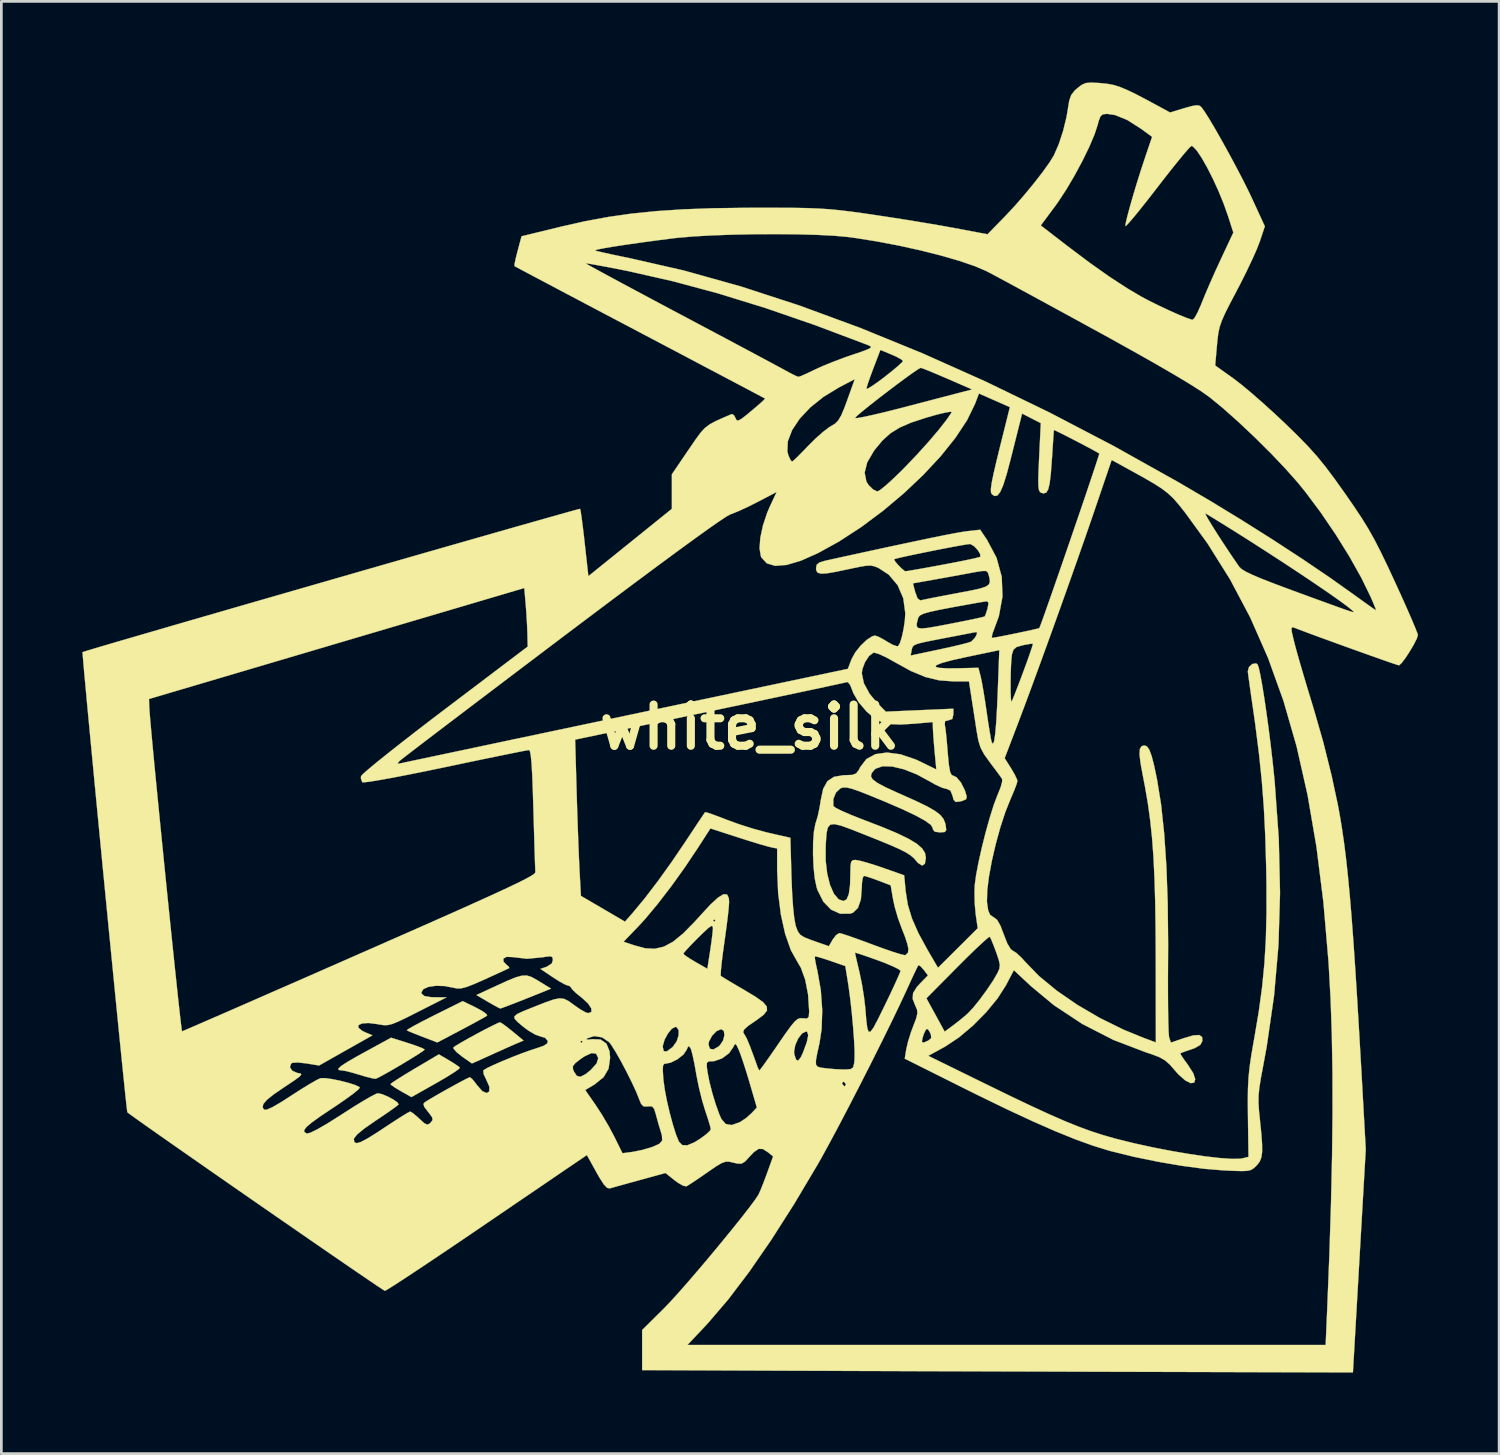
<source format=kicad_pcb>
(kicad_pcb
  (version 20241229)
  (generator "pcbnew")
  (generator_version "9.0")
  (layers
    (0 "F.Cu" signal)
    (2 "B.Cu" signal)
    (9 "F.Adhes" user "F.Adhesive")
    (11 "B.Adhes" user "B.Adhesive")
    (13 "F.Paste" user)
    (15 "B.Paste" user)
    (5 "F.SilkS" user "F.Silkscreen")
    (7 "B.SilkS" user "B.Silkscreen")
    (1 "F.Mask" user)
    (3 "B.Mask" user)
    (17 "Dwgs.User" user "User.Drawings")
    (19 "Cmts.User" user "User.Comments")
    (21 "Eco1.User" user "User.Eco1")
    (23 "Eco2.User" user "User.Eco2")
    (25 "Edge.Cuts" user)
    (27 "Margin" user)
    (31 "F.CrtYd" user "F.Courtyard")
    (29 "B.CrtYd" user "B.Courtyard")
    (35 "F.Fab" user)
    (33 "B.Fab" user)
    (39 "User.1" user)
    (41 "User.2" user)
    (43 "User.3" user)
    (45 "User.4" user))
  (footprint "white_silk"
    (layer "F.Cu")
    (at 24.688 23.853)
    (property "Reference" "white_silk" (at 0 0 0) (layer "F.SilkS") (effects (font (size 1.524 1.524) (thickness 0.3))))
    (attr through_hole)
    (fp_poly (pts (xy -8.066 9.248) (xy -7.868 9.358) (xy -7.794 9.403) (xy -7.351 9.676) (xy -8.269 10.045) (xy -8.632 10.189) (xy -8.935 10.306) (xy -9.145 10.384) (xy -9.229 10.41) (xy -9.319 10.368) (xy -9.509 10.264) (xy -9.692 10.159) (xy -10.112 9.912) (xy -9.379 9.573) (xy -8.953 9.379) (xy -8.645 9.254) (xy -8.418 9.193) (xy -8.237 9.192) (xy -8.066 9.248)) (stroke (width 0.01) (type solid)) (fill yes) (layer "F.SilkS"))
    (fp_poly (pts (xy -11.127 12.327) (xy -10.907 12.463) (xy -10.757 12.568) (xy -10.721 12.602) (xy -10.778 12.662) (xy -10.957 12.786) (xy -11.23 12.956) (xy -11.57 13.154) (xy -11.603 13.173) (xy -12.517 13.688) (xy -12.905 13.469) (xy -13.122 13.339) (xy -13.261 13.241) (xy -13.29 13.208) (xy -13.221 13.151) (xy -13.033 13.027) (xy -12.756 12.854) (xy -12.416 12.649) (xy -12.395 12.637) (xy -11.502 12.108) (xy -11.127 12.327)) (stroke (width 0.01) (type solid)) (fill yes) (layer "F.SilkS"))
    (fp_poly (pts (xy -10.133 10.375) (xy -9.894 10.505) (xy -9.744 10.612) (xy -9.713 10.671) (xy -9.81 10.732) (xy -10.026 10.853) (xy -10.326 11.016) (xy -10.668 11.198) (xy -11.557 11.666) (xy -12.107 11.457) (xy -12.385 11.348) (xy -12.593 11.262) (xy -12.687 11.217) (xy -12.688 11.216) (xy -12.628 11.169) (xy -12.443 11.063) (xy -12.158 10.91) (xy -11.799 10.727) (xy -11.669 10.661) (xy -10.618 10.138) (xy -10.133 10.375)) (stroke (width 0.01) (type solid)) (fill yes) (layer "F.SilkS"))
    (fp_poly (pts (xy -12.646 11.688) (xy -12.352 11.786) (xy -12.133 11.87) (xy -12.03 11.925) (xy -12.026 11.932) (xy -12.096 11.99) (xy -12.278 12.111) (xy -12.54 12.274) (xy -12.846 12.459) (xy -13.162 12.645) (xy -13.454 12.812) (xy -13.686 12.939) (xy -13.826 13.006) (xy -13.843 13.011) (xy -13.963 12.994) (xy -14.191 12.937) (xy -14.436 12.864) (xy -14.728 12.778) (xy -14.971 12.719) (xy -15.092 12.701) (xy -15.206 12.685) (xy -15.217 12.633) (xy -15.114 12.537) (xy -14.886 12.388) (xy -14.522 12.178) (xy -14.255 12.031) (xy -13.27 11.492) (xy -12.646 11.688)) (stroke (width 0.01) (type solid)) (fill yes) (layer "F.SilkS"))
    (fp_poly (pts (xy -9.148 10.972) (xy -8.972 11.102) (xy -8.775 11.259) (xy -8.367 11.596) (xy -8.607 11.697) (xy -8.793 11.778) (xy -9.081 11.906) (xy -9.421 12.059) (xy -9.558 12.122) (xy -9.868 12.263) (xy -10.112 12.372) (xy -10.255 12.434) (xy -10.278 12.442) (xy -10.345 12.396) (xy -10.51 12.281) (xy -10.648 12.183) (xy -10.843 12.027) (xy -10.954 11.901) (xy -10.964 11.853) (xy -10.877 11.79) (xy -10.677 11.67) (xy -10.402 11.514) (xy -10.09 11.344) (xy -9.779 11.179) (xy -9.507 11.041) (xy -9.312 10.948) (xy -9.236 10.922) (xy -9.148 10.972)) (stroke (width 0.01) (type solid)) (fill yes) (layer "F.SilkS"))
    (fp_poly (pts (xy 12.902 -23.834) (xy 12.996 -23.827) (xy 13.239 -23.801) (xy 13.46 -23.759) (xy 13.688 -23.69) (xy 13.954 -23.58) (xy 14.286 -23.42) (xy 14.714 -23.196) (xy 15.122 -22.976) (xy 15.555 -22.741) (xy 16.079 -22.9) (xy 16.372 -22.982) (xy 16.55 -23.01) (xy 16.656 -22.985) (xy 16.712 -22.938) (xy 16.83 -22.776) (xy 17.01 -22.491) (xy 17.234 -22.112) (xy 17.487 -21.666) (xy 17.754 -21.183) (xy 18.018 -20.69) (xy 18.265 -20.216) (xy 18.477 -19.79) (xy 18.579 -19.573) (xy 19.06 -18.53) (xy 18.872 -17.965) (xy 18.766 -17.691) (xy 18.597 -17.311) (xy 18.385 -16.864) (xy 18.149 -16.393) (xy 18.02 -16.147) (xy 17.774 -15.68) (xy 17.596 -15.327) (xy 17.474 -15.054) (xy 17.394 -14.826) (xy 17.343 -14.607) (xy 17.311 -14.364) (xy 17.289 -14.138) (xy 17.223 -13.381) (xy 17.904 -12.895) (xy 18.188 -12.677) (xy 18.558 -12.368) (xy 18.98 -12) (xy 19.42 -11.601) (xy 19.803 -11.242) (xy 20.275 -10.782) (xy 20.66 -10.387) (xy 20.995 -10.014) (xy 21.315 -9.62) (xy 21.656 -9.164) (xy 22.017 -8.657) (xy 22.361 -8.161) (xy 22.644 -7.735) (xy 22.888 -7.339) (xy 23.115 -6.935) (xy 23.346 -6.486) (xy 23.603 -5.953) (xy 23.868 -5.384) (xy 24.107 -4.86) (xy 24.32 -4.384) (xy 24.498 -3.977) (xy 24.63 -3.663) (xy 24.707 -3.464) (xy 24.723 -3.407) (xy 24.68 -3.271) (xy 24.572 -3.056) (xy 24.424 -2.805) (xy 24.267 -2.564) (xy 24.126 -2.377) (xy 24.031 -2.288) (xy 24.021 -2.286) (xy 23.928 -2.314) (xy 23.702 -2.39) (xy 23.37 -2.506) (xy 22.958 -2.652) (xy 22.493 -2.818) (xy 22.001 -2.995) (xy 21.509 -3.174) (xy 21.042 -3.344) (xy 20.628 -3.497) (xy 20.293 -3.623) (xy 20.137 -3.683) (xy 20.07 -3.696) (xy 20.045 -3.647) (xy 20.061 -3.509) (xy 20.12 -3.25) (xy 20.164 -3.076) (xy 20.241 -2.79) (xy 20.358 -2.379) (xy 20.504 -1.88) (xy 20.669 -1.328) (xy 20.842 -0.761) (xy 20.874 -0.655) (xy 21.219 0.544) (xy 21.529 1.789) (xy 21.758 2.858) (xy 21.843 3.318) (xy 21.921 3.798) (xy 21.995 4.311) (xy 22.065 4.871) (xy 22.132 5.49) (xy 22.198 6.182) (xy 22.264 6.96) (xy 22.33 7.838) (xy 22.398 8.827) (xy 22.469 9.941) (xy 22.544 11.194) (xy 22.625 12.599) (xy 22.655 13.123) (xy 22.794 15.621) (xy 22.319 23.876) (xy 14.821 23.855) (xy 13.532 23.852) (xy 12.162 23.848) (xy 10.74 23.843) (xy 9.293 23.839) (xy 7.849 23.834) (xy 6.436 23.83) (xy 5.082 23.825) (xy 3.814 23.821) (xy 2.661 23.816) (xy 1.672 23.813) (xy -3.979 23.79) (xy -3.979 22.86) (xy -2.304 22.86) (xy 21.31 22.86) (xy 21.366 21.569) (xy 21.448 19.521) (xy 21.508 17.628) (xy 21.547 15.879) (xy 21.565 14.26) (xy 21.562 12.76) (xy 21.538 11.365) (xy 21.493 10.064) (xy 21.426 8.844) (xy 21.416 8.686) (xy 21.228 6.484) (xy 20.97 4.428) (xy 20.64 2.505) (xy 20.234 0.707) (xy 19.748 -0.977) (xy 19.179 -2.559) (xy 18.524 -4.048) (xy 17.779 -5.457) (xy 16.941 -6.794) (xy 16.131 -7.91) (xy 16.862 -7.91) (xy 16.869 -7.867) (xy 16.955 -7.708) (xy 17.107 -7.456) (xy 17.309 -7.136) (xy 17.546 -6.771) (xy 17.803 -6.384) (xy 18.065 -6) (xy 18.114 -5.93) (xy 18.198 -5.849) (xy 18.356 -5.752) (xy 18.604 -5.632) (xy 18.958 -5.483) (xy 19.434 -5.298) (xy 20.049 -5.068) (xy 20.284 -4.982) (xy 20.922 -4.748) (xy 21.418 -4.568) (xy 21.788 -4.434) (xy 22.049 -4.341) (xy 22.219 -4.284) (xy 22.313 -4.258) (xy 22.349 -4.256) (xy 22.343 -4.272) (xy 22.313 -4.302) (xy 22.305 -4.31) (xy 22.123 -4.46) (xy 21.815 -4.687) (xy 21.402 -4.977) (xy 20.904 -5.318) (xy 20.338 -5.697) (xy 19.726 -6.101) (xy 19.086 -6.516) (xy 18.438 -6.932) (xy 17.801 -7.333) (xy 17.194 -7.709) (xy 16.862 -7.91) (xy 16.131 -7.91) (xy 16.108 -7.941) (xy 15.878 -8.231) (xy 15.677 -8.461) (xy 15.473 -8.653) (xy 15.236 -8.834) (xy 14.933 -9.026) (xy 14.535 -9.256) (xy 14.168 -9.459) (xy 13.393 -9.885) (xy 12.741 -7.969) (xy 12.474 -7.194) (xy 12.167 -6.317) (xy 11.833 -5.371) (xy 11.483 -4.388) (xy 11.128 -3.401) (xy 10.78 -2.443) (xy 10.452 -1.546) (xy 10.154 -0.743) (xy 9.898 -0.066) (xy 9.888 -0.039) (xy 9.434 1.149) (xy 9.67 1.523) (xy 9.805 1.754) (xy 9.89 1.934) (xy 9.906 1.995) (xy 9.873 2.117) (xy 9.786 2.344) (xy 9.665 2.627) (xy 9.662 2.634) (xy 9.463 3.13) (xy 9.274 3.707) (xy 9.104 4.324) (xy 8.96 4.946) (xy 8.852 5.532) (xy 8.789 6.045) (xy 8.778 6.446) (xy 8.783 6.505) (xy 8.824 6.783) (xy 8.891 6.94) (xy 9.004 7.022) (xy 9.02 7.028) (xy 9.154 7.131) (xy 9.279 7.348) (xy 9.4 7.668) (xy 9.534 8.011) (xy 9.661 8.219) (xy 9.735 8.272) (xy 9.868 8.356) (xy 10.055 8.53) (xy 10.188 8.677) (xy 10.705 9.211) (xy 11.36 9.75) (xy 12.119 10.273) (xy 12.953 10.761) (xy 13.83 11.193) (xy 14.563 11.493) (xy 15.028 11.666) (xy 15.024 8.606) (xy 15.018 7.458) (xy 15.003 6.457) (xy 14.977 5.579) (xy 14.939 4.8) (xy 14.887 4.097) (xy 14.818 3.447) (xy 14.733 2.827) (xy 14.628 2.214) (xy 14.548 1.802) (xy 14.462 1.338) (xy 14.424 1.014) (xy 14.436 0.811) (xy 14.499 0.706) (xy 14.604 0.677) (xy 14.7 0.714) (xy 14.787 0.839) (xy 14.873 1.071) (xy 14.965 1.43) (xy 15.071 1.936) (xy 15.075 1.958) (xy 15.222 2.868) (xy 15.336 3.937) (xy 15.418 5.156) (xy 15.467 6.518) (xy 15.482 8.015) (xy 15.479 8.634) (xy 15.475 9.298) (xy 15.476 9.913) (xy 15.48 10.457) (xy 15.488 10.909) (xy 15.499 11.246) (xy 15.513 11.447) (xy 15.521 11.488) (xy 15.586 11.672) (xy 16.067 11.507) (xy 16.417 11.405) (xy 16.636 11.392) (xy 16.74 11.468) (xy 16.749 11.613) (xy 16.673 11.757) (xy 16.473 11.874) (xy 16.341 11.922) (xy 16.111 11.999) (xy 15.961 12.055) (xy 15.933 12.068) (xy 15.965 12.141) (xy 16.077 12.308) (xy 16.212 12.492) (xy 16.413 12.806) (xy 16.485 13.03) (xy 16.446 13.155) (xy 16.316 13.172) (xy 16.114 13.071) (xy 15.859 12.845) (xy 15.742 12.712) (xy 15.544 12.485) (xy 15.366 12.329) (xy 15.158 12.211) (xy 14.867 12.1) (xy 14.647 12.028) (xy 13.451 11.57) (xy 12.307 10.983) (xy 11.252 10.286) (xy 10.4 9.577) (xy 9.774 8.992) (xy 9.48 9.554) (xy 9.17 10.039) (xy 8.749 10.55) (xy 8.259 11.045) (xy 7.742 11.481) (xy 7.242 11.813) (xy 7.22 11.826) (xy 6.607 12.162) (xy 8.786 13.231) (xy 9.675 13.664) (xy 10.436 14.026) (xy 11.089 14.327) (xy 11.657 14.575) (xy 12.161 14.779) (xy 12.621 14.948) (xy 13.059 15.09) (xy 13.496 15.216) (xy 13.588 15.24) (xy 14.232 15.399) (xy 14.908 15.547) (xy 15.589 15.679) (xy 16.248 15.792) (xy 16.859 15.882) (xy 17.397 15.944) (xy 17.835 15.974) (xy 18.146 15.969) (xy 18.238 15.954) (xy 18.456 15.899) (xy 18.435 14.406) (xy 18.43 13.829) (xy 18.436 13.366) (xy 18.457 12.965) (xy 18.497 12.571) (xy 18.561 12.132) (xy 18.654 11.594) (xy 18.683 11.43) (xy 18.84 10.497) (xy 18.959 9.616) (xy 19.044 8.746) (xy 19.098 7.848) (xy 19.122 6.883) (xy 19.12 5.811) (xy 19.11 5.175) (xy 19.076 4.027) (xy 19.024 2.985) (xy 18.948 1.99) (xy 18.843 0.982) (xy 18.706 -0.1) (xy 18.618 -0.72) (xy 18.554 -1.16) (xy 18.499 -1.55) (xy 18.457 -1.854) (xy 18.433 -2.036) (xy 18.43 -2.062) (xy 18.473 -2.221) (xy 18.594 -2.335) (xy 18.733 -2.359) (xy 18.788 -2.326) (xy 18.832 -2.21) (xy 18.89 -1.95) (xy 18.96 -1.57) (xy 19.037 -1.093) (xy 19.118 -0.544) (xy 19.2 0.053) (xy 19.278 0.674) (xy 19.35 1.296) (xy 19.412 1.893) (xy 19.425 2.032) (xy 19.576 4.136) (xy 19.622 6.136) (xy 19.565 8.061) (xy 19.401 9.941) (xy 19.131 11.808) (xy 19.005 12.495) (xy 18.915 12.975) (xy 18.857 13.338) (xy 18.828 13.632) (xy 18.825 13.907) (xy 18.845 14.211) (xy 18.874 14.488) (xy 18.929 15.028) (xy 18.958 15.428) (xy 18.96 15.717) (xy 18.931 15.922) (xy 18.871 16.073) (xy 18.777 16.197) (xy 18.745 16.23) (xy 18.646 16.323) (xy 18.548 16.384) (xy 18.416 16.417) (xy 18.216 16.426) (xy 17.911 16.418) (xy 17.539 16.401) (xy 16.813 16.341) (xy 15.98 16.23) (xy 15.093 16.078) (xy 14.203 15.895) (xy 13.364 15.688) (xy 13.28 15.665) (xy 12.704 15.487) (xy 12.053 15.252) (xy 11.314 14.953) (xy 10.476 14.585) (xy 9.525 14.143) (xy 8.448 13.62) (xy 7.866 13.331) (xy 5.737 12.266) (xy 5.794 11.915) (xy 5.857 11.644) (xy 6.37 11.644) (xy 6.437 11.673) (xy 6.607 11.598) (xy 6.714 11.51) (xy 6.706 11.383) (xy 6.671 11.297) (xy 6.592 11.171) (xy 6.522 11.185) (xy 6.444 11.349) (xy 6.397 11.493) (xy 6.37 11.644) (xy 5.857 11.644) (xy 5.858 11.64) (xy 5.964 11.299) (xy 6.053 11.06) (xy 6.161 10.777) (xy 6.205 10.592) (xy 6.192 10.453) (xy 6.134 10.32) (xy 6.031 10.057) (xy 6.032 10.033) (xy 6.539 10.033) (xy 6.877 10.65) (xy 7.214 11.267) (xy 7.523 11.039) (xy 7.781 10.839) (xy 8.029 10.631) (xy 8.073 10.591) (xy 8.272 10.379) (xy 8.519 10.072) (xy 8.776 9.72) (xy 9.007 9.377) (xy 9.17 9.095) (xy 9.238 8.941) (xy 9.255 8.8) (xy 9.217 8.616) (xy 9.122 8.334) (xy 9.115 8.317) (xy 9.012 8.044) (xy 8.928 7.84) (xy 8.883 7.755) (xy 8.813 7.798) (xy 8.644 7.945) (xy 8.394 8.178) (xy 8.082 8.48) (xy 7.728 8.833) (xy 7.689 8.872) (xy 6.539 10.033) (xy 6.032 10.033) (xy 6.045 9.84) (xy 6.186 9.614) (xy 6.303 9.486) (xy 6.596 9.186) (xy 6.436 8.976) (xy 6.316 8.842) (xy 6.243 8.805) (xy 6.241 8.807) (xy 6.194 8.896) (xy 6.092 9.107) (xy 5.952 9.408) (xy 5.802 9.737) (xy 5.55 10.277) (xy 5.238 10.925) (xy 4.882 11.65) (xy 4.496 12.421) (xy 4.096 13.208) (xy 3.698 13.981) (xy 3.317 14.71) (xy 2.968 15.364) (xy 2.667 15.913) (xy 2.521 16.171) (xy 1.645 17.644) (xy 0.799 18.97) (xy -0.013 20.146) (xy -0.788 21.168) (xy -1.525 22.03) (xy -1.651 22.167) (xy -2.304 22.86) (xy -3.979 22.86) (xy -3.979 22.306) (xy -3.168 21.504) (xy -2.93 21.255) (xy -2.622 20.915) (xy -2.262 20.505) (xy -1.869 20.047) (xy -1.459 19.562) (xy -1.052 19.071) (xy -0.665 18.598) (xy -0.316 18.163) (xy -0.024 17.788) (xy 0.195 17.494) (xy 0.321 17.305) (xy 0.327 17.293) (xy 0.402 17.129) (xy 0.51 16.859) (xy 0.63 16.539) (xy 0.644 16.5) (xy 0.867 15.884) (xy 0.678 15.731) (xy 0.49 15.61) (xy 0.33 15.604) (xy 0.155 15.724) (xy -0.002 15.89) (xy -0.174 16.074) (xy -0.304 16.152) (xy -0.457 16.149) (xy -0.602 16.114) (xy -0.761 16.078) (xy -0.895 16.079) (xy -1.044 16.133) (xy -1.247 16.254) (xy -1.543 16.457) (xy -1.586 16.488) (xy -1.883 16.693) (xy -2.134 16.861) (xy -2.302 16.968) (xy -2.345 16.991) (xy -2.465 16.966) (xy -2.657 16.856) (xy -2.78 16.765) (xy -3.114 16.497) (xy -4.076 16.761) (xy -4.468 16.869) (xy -4.808 16.963) (xy -5.059 17.033) (xy -5.178 17.067) (xy -5.275 17.046) (xy -5.398 16.918) (xy -5.562 16.662) (xy -5.671 16.471) (xy -6.023 15.833) (xy -6.377 16.073) (xy -6.518 16.169) (xy -6.784 16.349) (xy -7.158 16.604) (xy -7.625 16.923) (xy -8.171 17.294) (xy -8.778 17.707) (xy -9.432 18.153) (xy -10.066 18.585) (xy -10.738 19.041) (xy -11.368 19.466) (xy -11.943 19.852) (xy -12.449 20.188) (xy -12.871 20.466) (xy -13.196 20.676) (xy -13.41 20.81) (xy -13.497 20.856) (xy -13.497 20.856) (xy -13.575 20.809) (xy -13.778 20.675) (xy -14.091 20.463) (xy -14.502 20.183) (xy -14.997 19.844) (xy -15.561 19.456) (xy -16.181 19.029) (xy -16.843 18.571) (xy -17.534 18.094) (xy -18.238 17.606) (xy -18.943 17.117) (xy -19.635 16.636) (xy -20.3 16.173) (xy -20.923 15.738) (xy -21.492 15.341) (xy -21.992 14.99) (xy -22.41 14.696) (xy -22.731 14.467) (xy -22.943 14.315) (xy -23.026 14.251) (xy -23.038 14.165) (xy -23.049 14.069) (xy -18.021 14.069) (xy -17.969 14.154) (xy -17.868 14.155) (xy -17.655 14.06) (xy -17.323 13.867) (xy -16.967 13.637) (xy -16.607 13.405) (xy -16.284 13.207) (xy -16.032 13.062) (xy -15.882 12.991) (xy -15.874 12.989) (xy -15.711 12.986) (xy -15.455 13.022) (xy -15.154 13.083) (xy -14.854 13.16) (xy -14.603 13.24) (xy -14.45 13.311) (xy -14.425 13.339) (xy -14.484 13.411) (xy -14.661 13.557) (xy -14.933 13.756) (xy -15.273 13.991) (xy -15.433 14.097) (xy -15.881 14.397) (xy -16.197 14.624) (xy -16.393 14.788) (xy -16.482 14.904) (xy -16.476 14.983) (xy -16.39 15.037) (xy -16.264 15.011) (xy -16.012 14.889) (xy -15.647 14.679) (xy -15.179 14.385) (xy -15.075 14.318) (xy -14.673 14.06) (xy -14.313 13.839) (xy -14.021 13.67) (xy -13.825 13.569) (xy -13.759 13.547) (xy -13.6 13.581) (xy -13.392 13.668) (xy -13.187 13.777) (xy -13.036 13.883) (xy -12.989 13.958) (xy -12.99 13.96) (xy -13.074 14.031) (xy -13.27 14.173) (xy -13.547 14.365) (xy -13.84 14.561) (xy -14.258 14.851) (xy -14.524 15.07) (xy -14.641 15.22) (xy -14.647 15.251) (xy -14.624 15.359) (xy -14.543 15.394) (xy -14.387 15.35) (xy -14.14 15.22) (xy -13.785 14.998) (xy -13.51 14.817) (xy -13.169 14.592) (xy -12.879 14.406) (xy -12.667 14.277) (xy -12.564 14.224) (xy -12.561 14.224) (xy -12.467 14.278) (xy -12.302 14.415) (xy -12.216 14.495) (xy -12.039 14.656) (xy -11.929 14.708) (xy -11.839 14.668) (xy -11.805 14.635) (xy -11.733 14.538) (xy -11.75 14.435) (xy -11.867 14.273) (xy -11.904 14.229) (xy -12.042 14.046) (xy -12.071 13.94) (xy -12.015 13.876) (xy -11.833 13.763) (xy -11.571 13.61) (xy -11.267 13.437) (xy -10.956 13.265) (xy -10.676 13.113) (xy -10.463 13.003) (xy -10.356 12.955) (xy -10.352 12.955) (xy -10.268 13.019) (xy -10.137 13.179) (xy -10.086 13.251) (xy -9.89 13.47) (xy -9.729 13.54) (xy -9.634 13.478) (xy -9.634 13.427) (xy -6.086 13.427) (xy -5.705 13.974) (xy -5.467 14.34) (xy -5.216 14.766) (xy -5.015 15.143) (xy -4.707 15.766) (xy -4.322 15.714) (xy -3.982 15.646) (xy -3.636 15.545) (xy -3.577 15.524) (xy -3.338 15.415) (xy -3.237 15.294) (xy -3.247 15.106) (xy -3.298 14.935) (xy -3.373 14.688) (xy -3.454 14.394) (xy -3.467 14.342) (xy -3.535 14.123) (xy -3.614 14.033) (xy -3.743 14.029) (xy -3.769 14.034) (xy -3.922 14.036) (xy -4.018 13.94) (xy -4.08 13.79) (xy -4.194 13.504) (xy -4.361 13.143) (xy -4.558 12.748) (xy -4.595 12.678) (xy -3.216 12.678) (xy -3.199 12.953) (xy -3.19 13.062) (xy -3.143 13.41) (xy -3.061 13.836) (xy -2.955 14.29) (xy -2.837 14.724) (xy -2.721 15.089) (xy -2.619 15.335) (xy -2.495 15.464) (xy -2.31 15.473) (xy -2.044 15.361) (xy -1.835 15.232) (xy -1.618 15.073) (xy -1.474 14.939) (xy -1.439 14.879) (xy -1.465 14.759) (xy -1.534 14.526) (xy -1.632 14.228) (xy -1.648 14.182) (xy -1.762 13.802) (xy -1.876 13.341) (xy -1.968 12.887) (xy -1.983 12.799) (xy -2.025 12.561) (xy -1.588 12.561) (xy -1.56 12.764) (xy -1.49 13.123) (xy -1.382 13.545) (xy -1.253 13.967) (xy -1.124 14.327) (xy -1.047 14.499) (xy -0.887 14.684) (xy -0.664 14.723) (xy -0.363 14.617) (xy -0.356 14.613) (xy -0.128 14.461) (xy 0.069 14.284) (xy 0.265 14.075) (xy 0.007 13.19) (xy 0.003 13.175) (xy 3.416 13.175) (xy 3.429 13.208) (xy 3.505 13.289) (xy 3.519 13.293) (xy 3.555 13.227) (xy 3.556 13.208) (xy 3.491 13.127) (xy 3.466 13.123) (xy 3.416 13.175) (xy 0.003 13.175) (xy -0.114 12.787) (xy -0.235 12.408) (xy -0.339 12.106) (xy -0.39 11.974) (xy -0.48 11.776) (xy -0.535 11.718) (xy -0.582 11.783) (xy -0.596 11.82) (xy -0.76 12.061) (xy -1.021 12.256) (xy -1.306 12.357) (xy -1.371 12.361) (xy -1.519 12.369) (xy -1.584 12.421) (xy -1.588 12.561) (xy -2.025 12.561) (xy -2.047 12.441) (xy -2.112 12.136) (xy -2.167 11.93) (xy -2.187 11.882) (xy -2.252 11.797) (xy -2.301 11.858) (xy -2.326 11.93) (xy -2.451 12.114) (xy -2.674 12.291) (xy -2.925 12.415) (xy -3.082 12.446) (xy -3.163 12.46) (xy -3.206 12.525) (xy -3.216 12.678) (xy -4.595 12.678) (xy -4.764 12.358) (xy -4.959 12.016) (xy -5.075 11.832) (xy -3.217 11.832) (xy -3.18 11.99) (xy -3.066 11.998) (xy -2.875 11.857) (xy -2.832 11.815) (xy -2.782 11.742) (xy -1.524 11.742) (xy -1.474 11.9) (xy -1.343 11.927) (xy -1.157 11.821) (xy -1.101 11.769) (xy -0.983 11.591) (xy -0.934 11.396) (xy -0.957 11.239) (xy -1.055 11.176) (xy -1.226 11.247) (xy -1.393 11.419) (xy -1.505 11.63) (xy -1.524 11.742) (xy -2.782 11.742) (xy -2.7 11.624) (xy -2.63 11.408) (xy -2.627 11.218) (xy -2.699 11.104) (xy -2.753 11.091) (xy -2.884 11.163) (xy -3.029 11.341) (xy -3.15 11.568) (xy -3.214 11.788) (xy -3.217 11.832) (xy -5.075 11.832) (xy -5.12 11.76) (xy -5.199 11.658) (xy -5.459 11.479) (xy -5.755 11.431) (xy -6.011 11.514) (xy -6.045 11.56) (xy -5.924 11.558) (xy -5.83 11.545) (xy -5.518 11.558) (xy -5.302 11.708) (xy -5.185 11.993) (xy -5.165 12.237) (xy -5.221 12.636) (xy -5.404 12.95) (xy -5.733 13.216) (xy -5.763 13.235) (xy -6.086 13.427) (xy -9.634 13.427) (xy -9.632 13.302) (xy -9.749 13.038) (xy -9.841 12.845) (xy -9.858 12.711) (xy -9.848 12.694) (xy -9.726 12.62) (xy -9.567 12.543) (xy -6.541 12.543) (xy -6.539 12.655) (xy -6.504 12.742) (xy -6.397 12.903) (xy -6.263 12.937) (xy -6.072 12.841) (xy -5.883 12.687) (xy -5.665 12.447) (xy -5.604 12.249) (xy -5.605 12.244) (xy -5.682 12.082) (xy -5.849 12.06) (xy -6.108 12.179) (xy -6.247 12.273) (xy -6.452 12.431) (xy -6.541 12.543) (xy -9.567 12.543) (xy -9.484 12.504) (xy -9.162 12.363) (xy -8.799 12.213) (xy -8.434 12.071) (xy -8.106 11.953) (xy -7.905 11.889) (xy -7.627 11.793) (xy -7.491 11.704) (xy -7.475 11.642) (xy -6.265 11.642) (xy -6.223 11.684) (xy -6.181 11.642) (xy -6.223 11.599) (xy -6.265 11.642) (xy -7.475 11.642) (xy -7.468 11.613) (xy -7.568 11.496) (xy -7.741 11.444) (xy -7.936 11.375) (xy -8.192 11.225) (xy -8.4 11.068) (xy -8.591 10.906) (xy -8.697 10.791) (xy -8.705 10.701) (xy -8.6 10.613) (xy -8.369 10.506) (xy -7.997 10.357) (xy -7.948 10.337) (xy -7.534 10.175) (xy -7.241 10.074) (xy -7.03 10.034) (xy -6.866 10.054) (xy -6.709 10.131) (xy -6.524 10.264) (xy -6.5 10.282) (xy -6.264 10.446) (xy -6.066 10.555) (xy -5.974 10.583) (xy -5.856 10.536) (xy -5.859 10.41) (xy -5.974 10.233) (xy -6.187 10.032) (xy -6.226 10.002) (xy -6.433 9.833) (xy -6.571 9.698) (xy -6.604 9.642) (xy -6.671 9.573) (xy -6.711 9.567) (xy -6.832 9.523) (xy -7.044 9.406) (xy -7.28 9.256) (xy -7.742 8.945) (xy -7.512 8.868) (xy -7.323 8.746) (xy -7.281 8.618) (xy -7.298 8.513) (xy -7.376 8.478) (xy -7.562 8.499) (xy -7.641 8.513) (xy -8.234 8.571) (xy -8.774 8.508) (xy -8.995 8.499) (xy -9.114 8.566) (xy -9.107 8.682) (xy -9.015 8.775) (xy -8.908 8.872) (xy -8.896 8.914) (xy -8.983 8.957) (xy -9.192 9.054) (xy -9.491 9.191) (xy -9.8 9.332) (xy -10.193 9.505) (xy -10.471 9.613) (xy -10.667 9.665) (xy -10.819 9.671) (xy -10.943 9.646) (xy -11.284 9.58) (xy -11.61 9.57) (xy -11.885 9.61) (xy -12.076 9.694) (xy -12.147 9.815) (xy -12.137 9.865) (xy -12.033 9.95) (xy -11.792 9.991) (xy -11.654 9.995) (xy -11.218 9.999) (xy -12.279 10.537) (xy -12.7 10.749) (xy -13.003 10.894) (xy -13.22 10.982) (xy -13.385 11.023) (xy -13.531 11.028) (xy -13.69 11.005) (xy -13.779 10.988) (xy -14.108 10.947) (xy -14.345 10.964) (xy -14.475 11.026) (xy -14.478 11.121) (xy -14.337 11.236) (xy -14.218 11.294) (xy -13.957 11.403) (xy -14.945 11.961) (xy -15.932 12.519) (xy -16.409 12.442) (xy -16.714 12.408) (xy -16.914 12.419) (xy -16.963 12.442) (xy -17.012 12.58) (xy -16.928 12.712) (xy -16.742 12.794) (xy -16.706 12.8) (xy -16.612 12.819) (xy -16.593 12.86) (xy -16.667 12.94) (xy -16.85 13.073) (xy -17.157 13.278) (xy -17.211 13.314) (xy -17.605 13.583) (xy -17.863 13.789) (xy -17.997 13.946) (xy -18.021 14.069) (xy -23.049 14.069) (xy -23.066 13.924) (xy -23.107 13.542) (xy -23.159 13.032) (xy -23.223 12.409) (xy -23.296 11.686) (xy -23.377 10.877) (xy -23.464 9.995) (xy -23.557 9.055) (xy -23.654 8.07) (xy -23.754 7.054) (xy -23.855 6.02) (xy -23.956 4.983) (xy -24.055 3.955) (xy -24.152 2.951) (xy -24.245 1.985) (xy -24.332 1.07) (xy -24.413 0.22) (xy -24.486 -0.551) (xy -24.532 -1.041) (xy -22.225 -1.041) (xy -22.217 -0.754) (xy -22.206 -0.584) (xy -22.18 -0.272) (xy -22.141 0.167) (xy -22.09 0.717) (xy -22.029 1.36) (xy -21.959 2.082) (xy -21.882 2.865) (xy -21.8 3.694) (xy -21.714 4.552) (xy -21.627 5.423) (xy -21.539 6.29) (xy -21.452 7.137) (xy -21.368 7.949) (xy -21.289 8.708) (xy -21.216 9.399) (xy -21.152 10.005) (xy -21.096 10.51) (xy -21.052 10.897) (xy -21.021 11.151) (xy -21.004 11.255) (xy -21.003 11.256) (xy -20.92 11.222) (xy -20.693 11.125) (xy -20.335 10.97) (xy -19.855 10.761) (xy -19.266 10.505) (xy -18.58 10.205) (xy -17.807 9.866) (xy -16.958 9.495) (xy -16.047 9.095) (xy -15.083 8.672) (xy -14.436 8.387) (xy -14.427 8.383) (xy -2.455 8.383) (xy -2.388 8.448) (xy -2.213 8.566) (xy -2.011 8.687) (xy -1.566 8.941) (xy -1.467 8.302) (xy -1.417 7.961) (xy -1.38 7.662) (xy -1.361 7.465) (xy -1.361 7.453) (xy -1.37 7.367) (xy -1.418 7.355) (xy -1.527 7.43) (xy -1.717 7.605) (xy -1.905 7.789) (xy -2.147 8.034) (xy -2.334 8.233) (xy -2.441 8.358) (xy -2.455 8.383) (xy -14.427 8.383) (xy -13.417 7.94) (xy -4.666 7.94) (xy -4.265 8.076) (xy -3.869 8.182) (xy -3.514 8.201) (xy -3.177 8.123) (xy -2.833 7.938) (xy -2.461 7.634) (xy -2.035 7.201) (xy -1.992 7.154) (xy -1.355 7.154) (xy -1.312 7.197) (xy -1.27 7.154) (xy -1.312 7.112) (xy -1.355 7.154) (xy -1.992 7.154) (xy -1.82 6.963) (xy -1.452 6.564) (xy -1.169 6.305) (xy -0.966 6.182) (xy -0.835 6.193) (xy -0.771 6.334) (xy -0.762 6.47) (xy -0.774 6.659) (xy -0.807 6.975) (xy -0.857 7.379) (xy -0.919 7.83) (xy -0.937 7.96) (xy -0.997 8.391) (xy -1.042 8.76) (xy -1.068 9.035) (xy -1.073 9.186) (xy -1.069 9.204) (xy -0.982 9.262) (xy -0.779 9.385) (xy -0.493 9.555) (xy -0.195 9.729) (xy 0.223 9.981) (xy 0.497 10.177) (xy 0.633 10.339) (xy 0.64 10.486) (xy 0.523 10.638) (xy 0.291 10.815) (xy 0.216 10.866) (xy -0.056 11.054) (xy -0.202 11.184) (xy -0.243 11.281) (xy -0.197 11.373) (xy -0.18 11.392) (xy -0.106 11.526) (xy 0.013 11.813) (xy 0.173 12.245) (xy 0.297 12.594) (xy 0.349 12.692) (xy 0.362 12.7) (xy 0.418 12.634) (xy 0.55 12.453) (xy 0.742 12.182) (xy 0.862 12.009) (xy 1.642 12.009) (xy 1.651 12.107) (xy 1.716 12.304) (xy 1.793 12.34) (xy 1.892 12.214) (xy 1.971 12.044) (xy 2.113 11.659) (xy 2.166 11.4) (xy 2.126 11.273) (xy 2.083 11.261) (xy 1.935 11.335) (xy 1.793 11.522) (xy 1.686 11.765) (xy 1.642 12.009) (xy 0.862 12.009) (xy 0.975 11.846) (xy 1.061 11.719) (xy 1.33 11.33) (xy 1.526 11.061) (xy 1.668 10.891) (xy 1.777 10.801) (xy 1.872 10.769) (xy 1.966 10.773) (xy 2.122 10.782) (xy 2.187 10.714) (xy 2.2 10.525) (xy 2.2 10.505) (xy 2.16 9.892) (xy 2.054 9.343) (xy 1.891 8.897) (xy 1.777 8.706) (xy 1.653 8.484) (xy 2.41 8.484) (xy 2.414 8.573) (xy 2.451 8.78) (xy 2.505 9.018) (xy 2.631 9.733) (xy 2.684 10.474) (xy 2.661 11.177) (xy 2.584 11.684) (xy 2.497 12.076) (xy 2.45 12.333) (xy 2.452 12.485) (xy 2.512 12.564) (xy 2.637 12.6) (xy 2.836 12.625) (xy 2.836 12.625) (xy 3.156 12.655) (xy 3.462 12.668) (xy 3.556 12.667) (xy 3.739 12.652) (xy 3.829 12.588) (xy 3.867 12.431) (xy 3.88 12.277) (xy 3.882 12.006) (xy 3.864 11.609) (xy 3.829 11.129) (xy 3.781 10.606) (xy 3.724 10.083) (xy 3.66 9.601) (xy 3.628 9.394) (xy 3.537 8.84) (xy 2.987 8.649) (xy 2.71 8.557) (xy 2.503 8.497) (xy 2.411 8.483) (xy 2.41 8.484) (xy 1.653 8.484) (xy 1.577 8.346) (xy 3.895 8.346) (xy 3.913 8.434) (xy 3.962 8.647) (xy 4.032 8.946) (xy 4.062 9.072) (xy 4.152 9.506) (xy 4.229 9.981) (xy 4.278 10.396) (xy 4.279 10.411) (xy 4.313 10.837) (xy 4.349 11.123) (xy 4.396 11.268) (xy 4.468 11.27) (xy 4.577 11.126) (xy 4.733 10.834) (xy 4.95 10.393) (xy 5.002 10.287) (xy 5.201 9.874) (xy 5.37 9.512) (xy 5.497 9.23) (xy 5.57 9.057) (xy 5.582 9.017) (xy 5.509 8.955) (xy 5.308 8.855) (xy 5.013 8.73) (xy 4.74 8.627) (xy 4.395 8.505) (xy 4.118 8.41) (xy 3.942 8.355) (xy 3.895 8.346) (xy 1.577 8.346) (xy 1.521 8.246) (xy 1.312 7.648) (xy 1.154 6.938) (xy 1.053 6.142) (xy 1.016 5.287) (xy 1.016 5.245) (xy 1.016 4.491) (xy 0.783 4.444) (xy 0.613 4.4) (xy 0.324 4.316) (xy -0.046 4.202) (xy -0.451 4.073) (xy -1.453 3.748) (xy -1.923 4.477) (xy -2.404 5.195) (xy -2.904 5.892) (xy -3.397 6.533) (xy -3.856 7.084) (xy -4.125 7.378) (xy -4.666 7.94) (xy -13.417 7.94) (xy -13.253 7.867) (xy -12.216 7.41) (xy -11.317 7.012) (xy -10.546 6.668) (xy -9.896 6.375) (xy -9.356 6.129) (xy -8.918 5.925) (xy -8.573 5.76) (xy -8.312 5.629) (xy -8.126 5.527) (xy -8.006 5.452) (xy -7.944 5.398) (xy -7.93 5.365) (xy -7.935 5.24) (xy -7.945 4.97) (xy -7.958 4.58) (xy -7.972 4.094) (xy -7.988 3.537) (xy -8.003 3.027) (xy -8.025 2.313) (xy -8.047 1.756) (xy -8.071 1.344) (xy -8.098 1.063) (xy -8.128 0.902) (xy -8.162 0.847) (xy -8.164 0.847) (xy -8.268 0.864) (xy -8.518 0.912) (xy -8.895 0.988) (xy -9.38 1.087) (xy -9.954 1.205) (xy -10.596 1.339) (xy -11.264 1.48) (xy -11.988 1.63) (xy -12.645 1.762) (xy -13.219 1.873) (xy -13.692 1.958) (xy -14.047 2.016) (xy -14.267 2.043) (xy -14.335 2.039) (xy -14.385 1.901) (xy -14.38 1.815) (xy -14.308 1.735) (xy -14.115 1.564) (xy -13.848 1.343) (xy -13.032 1.343) (xy -12.969 1.35) (xy -12.912 1.338) (xy -12.806 1.315) (xy -12.547 1.26) (xy -12.145 1.175) (xy -11.611 1.062) (xy -10.958 0.924) (xy -10.197 0.763) (xy -9.338 0.581) (xy -8.78 0.463) (xy -6.458 0.463) (xy -6.403 2.412) (xy -6.384 3.04) (xy -6.362 3.676) (xy -6.34 4.279) (xy -6.319 4.807) (xy -6.3 5.218) (xy -6.296 5.302) (xy -6.244 6.244) (xy -4.614 7.197) (xy -4.334 6.879) (xy -3.89 6.344) (xy -3.391 5.691) (xy -2.861 4.951) (xy -2.375 4.233) (xy -2.129 3.862) (xy -1.918 3.543) (xy -1.757 3.304) (xy -1.665 3.168) (xy -1.65 3.147) (xy -1.565 3.164) (xy -1.359 3.234) (xy -1.066 3.343) (xy -0.854 3.426) (xy -0.395 3.593) (xy 0.128 3.759) (xy 0.618 3.892) (xy 0.71 3.914) (xy 1.505 4.095) (xy 1.546 5.54) (xy 1.57 6.144) (xy 1.605 6.66) (xy 1.648 7.063) (xy 1.697 7.327) (xy 1.704 7.352) (xy 1.776 7.549) (xy 1.867 7.679) (xy 2.02 7.776) (xy 2.279 7.878) (xy 2.375 7.912) (xy 2.93 8.106) (xy 3.07 7.863) (xy 3.196 7.696) (xy 3.313 7.622) (xy 3.319 7.621) (xy 3.435 7.65) (xy 3.677 7.73) (xy 4.012 7.848) (xy 4.408 7.994) (xy 4.53 8.04) (xy 4.939 8.19) (xy 5.299 8.314) (xy 5.576 8.4) (xy 5.737 8.438) (xy 5.757 8.438) (xy 5.856 8.348) (xy 5.873 8.21) (xy 5.835 8.027) (xy 5.745 7.751) (xy 5.629 7.454) (xy 5.489 7.073) (xy 5.368 6.657) (xy 5.307 6.38) (xy 5.217 5.853) (xy 4.76 5.678) (xy 4.499 5.583) (xy 4.301 5.52) (xy 4.226 5.503) (xy 4.181 5.579) (xy 4.153 5.773) (xy 4.149 5.914) (xy 4.114 6.375) (xy 4.006 6.689) (xy 3.822 6.866) (xy 3.721 6.901) (xy 3.347 6.904) (xy 3.01 6.752) (xy 2.726 6.459) (xy 2.513 6.038) (xy 2.477 5.929) (xy 2.408 5.599) (xy 2.363 5.177) (xy 2.353 4.937) (xy 2.811 4.937) (xy 2.868 5.423) (xy 2.973 5.843) (xy 3.118 6.168) (xy 3.294 6.374) (xy 3.467 6.435) (xy 3.587 6.373) (xy 3.668 6.179) (xy 3.713 5.842) (xy 3.725 5.408) (xy 3.731 5.13) (xy 3.757 4.981) (xy 3.82 4.922) (xy 3.916 4.914) (xy 4.075 4.942) (xy 4.348 5.017) (xy 4.691 5.124) (xy 4.911 5.199) (xy 5.715 5.482) (xy 5.77 6.064) (xy 5.85 6.57) (xy 6.002 7.076) (xy 6.243 7.624) (xy 6.58 8.241) (xy 6.967 8.904) (xy 7.702 8.173) (xy 8.437 7.441) (xy 8.361 6.917) (xy 8.326 6.526) (xy 8.318 6.09) (xy 8.328 5.842) (xy 8.377 5.472) (xy 8.469 4.992) (xy 8.591 4.448) (xy 8.733 3.884) (xy 8.884 3.345) (xy 9.031 2.877) (xy 9.163 2.526) (xy 9.179 2.49) (xy 9.285 2.225) (xy 9.341 2.014) (xy 9.339 1.917) (xy 9.262 1.806) (xy 9.112 1.602) (xy 8.919 1.346) (xy 8.888 1.304) (xy 8.677 1.01) (xy 8.544 0.764) (xy 8.46 0.493) (xy 8.394 0.125) (xy 8.393 0.119) (xy 8.329 -0.303) (xy 8.259 -0.755) (xy 8.202 -1.122) (xy 8.113 -1.693) (xy 7.526 -1.693) (xy 7.009 -1.731) (xy 6.504 -1.853) (xy 5.97 -2.074) (xy 5.681 -2.233) (xy 6.874 -2.233) (xy 7.007 -2.193) (xy 7.307 -2.175) (xy 7.706 -2.178) (xy 8.462 -2.195) (xy 8.544 -1.881) (xy 8.589 -1.669) (xy 8.647 -1.338) (xy 8.712 -0.937) (xy 8.762 -0.593) (xy 8.821 -0.19) (xy 8.878 0.164) (xy 8.924 0.427) (xy 8.952 0.55) (xy 8.999 0.623) (xy 9.042 0.528) (xy 9.083 0.266) (xy 9.12 -0.164) (xy 9.155 -0.762) (xy 9.18 -1.361) (xy 9.189 -1.601) (xy 9.653 -1.601) (xy 9.654 -1.3) (xy 9.663 -1.069) (xy 9.678 -0.947) (xy 9.688 -0.939) (xy 9.73 -1.028) (xy 9.818 -1.245) (xy 9.94 -1.559) (xy 10.084 -1.941) (xy 10.114 -2.023) (xy 10.257 -2.412) (xy 10.372 -2.737) (xy 10.45 -2.971) (xy 10.481 -3.082) (xy 10.48 -3.087) (xy 10.391 -3.082) (xy 10.195 -3.048) (xy 10.106 -3.03) (xy 9.875 -2.964) (xy 9.759 -2.863) (xy 9.704 -2.696) (xy 9.683 -2.519) (xy 9.667 -2.251) (xy 9.657 -1.931) (xy 9.653 -1.601) (xy 9.189 -1.601) (xy 9.236 -2.849) (xy 8.006 -2.592) (xy 7.474 -2.473) (xy 7.108 -2.373) (xy 6.908 -2.293) (xy 6.874 -2.233) (xy 5.681 -2.233) (xy 5.365 -2.406) (xy 5.36 -2.409) (xy 5.053 -2.58) (xy 4.905 -2.649) (xy 5.955 -2.649) (xy 7.024 -2.875) (xy 7.435 -2.965) (xy 7.789 -3.048) (xy 8.052 -3.116) (xy 8.188 -3.16) (xy 8.195 -3.164) (xy 8.318 -3.288) (xy 8.38 -3.383) (xy 8.42 -3.498) (xy 8.34 -3.513) (xy 8.317 -3.508) (xy 8.177 -3.48) (xy 7.912 -3.428) (xy 7.561 -3.361) (xy 7.239 -3.299) (xy 6.77 -3.209) (xy 6.441 -3.142) (xy 6.226 -3.088) (xy 6.099 -3.037) (xy 6.035 -2.981) (xy 6.005 -2.909) (xy 5.992 -2.846) (xy 5.955 -2.649) (xy 4.905 -2.649) (xy 4.791 -2.701) (xy 4.615 -2.755) (xy 4.577 -2.753) (xy 4.415 -2.631) (xy 4.267 -2.405) (xy 4.168 -2.143) (xy 4.149 -1.989) (xy 4.224 -1.624) (xy 4.439 -1.229) (xy 4.726 -0.887) (xy 5.038 -0.572) (xy 6.287 -0.627) (xy 7.535 -0.681) (xy 7.535 -0.468) (xy 7.498 -0.302) (xy 7.363 -0.254) (xy 7.357 -0.254) (xy 7.228 -0.221) (xy 7.217 -0.091) (xy 7.223 -0.064) (xy 7.249 0.102) (xy 7.28 0.388) (xy 7.311 0.747) (xy 7.327 0.953) (xy 7.368 1.386) (xy 7.416 1.657) (xy 7.473 1.773) (xy 7.49 1.778) (xy 7.65 1.853) (xy 7.816 2.05) (xy 7.955 2.326) (xy 7.967 2.359) (xy 8.03 2.565) (xy 8.009 2.668) (xy 7.876 2.726) (xy 7.78 2.751) (xy 7.622 2.769) (xy 7.544 2.688) (xy 7.507 2.546) (xy 7.429 2.348) (xy 7.29 2.286) (xy 7.285 2.286) (xy 7.122 2.243) (xy 6.88 2.132) (xy 6.686 2.022) (xy 6.184 1.75) (xy 5.704 1.56) (xy 5.274 1.457) (xy 4.919 1.447) (xy 4.664 1.536) (xy 4.62 1.572) (xy 4.514 1.701) (xy 4.485 1.817) (xy 4.549 1.932) (xy 4.721 2.062) (xy 5.015 2.219) (xy 5.448 2.419) (xy 5.63 2.499) (xy 6.17 2.741) (xy 6.574 2.937) (xy 6.861 3.102) (xy 7.053 3.25) (xy 7.17 3.397) (xy 7.235 3.556) (xy 7.249 3.619) (xy 7.273 3.807) (xy 7.218 3.881) (xy 7.044 3.895) (xy 7.038 3.895) (xy 6.846 3.869) (xy 6.776 3.776) (xy 6.773 3.733) (xy 6.706 3.619) (xy 6.501 3.468) (xy 6.153 3.276) (xy 5.657 3.04) (xy 5.008 2.759) (xy 4.47 2.538) (xy 4.063 2.377) (xy 3.779 2.279) (xy 3.584 2.234) (xy 3.448 2.235) (xy 3.359 2.264) (xy 3.192 2.42) (xy 3.094 2.66) (xy 3.096 2.903) (xy 3.105 2.928) (xy 3.195 2.994) (xy 3.414 3.102) (xy 3.731 3.24) (xy 4.116 3.393) (xy 4.218 3.432) (xy 4.916 3.701) (xy 5.467 3.932) (xy 5.884 4.134) (xy 6.184 4.316) (xy 6.379 4.487) (xy 6.486 4.656) (xy 6.519 4.833) (xy 6.519 4.836) (xy 6.482 5.056) (xy 6.381 5.122) (xy 6.23 5.028) (xy 6.17 4.958) (xy 6.068 4.843) (xy 5.942 4.737) (xy 5.77 4.629) (xy 5.528 4.507) (xy 5.194 4.359) (xy 4.744 4.174) (xy 4.233 3.971) (xy 3.738 3.775) (xy 3.379 3.645) (xy 3.133 3.588) (xy 2.978 3.61) (xy 2.889 3.719) (xy 2.845 3.921) (xy 2.822 4.223) (xy 2.811 4.408) (xy 2.811 4.937) (xy 2.353 4.937) (xy 2.343 4.714) (xy 2.347 4.258) (xy 2.377 3.859) (xy 2.434 3.565) (xy 2.452 3.514) (xy 2.519 3.293) (xy 2.585 2.98) (xy 2.628 2.71) (xy 2.719 2.283) (xy 2.877 1.999) (xy 3.122 1.838) (xy 3.472 1.779) (xy 3.545 1.778) (xy 3.796 1.768) (xy 3.939 1.714) (xy 4.038 1.584) (xy 4.087 1.485) (xy 4.318 1.182) (xy 4.654 1) (xy 5.079 0.94) (xy 5.579 1.006) (xy 6.14 1.196) (xy 6.327 1.283) (xy 6.905 1.566) (xy 6.845 0.931) (xy 6.815 0.584) (xy 6.791 0.273) (xy 6.78 0.062) (xy 6.779 0.055) (xy 6.773 -0.187) (xy 6.101 -0.127) (xy 5.58 -0.096) (xy 5.183 -0.113) (xy 4.87 -0.191) (xy 4.602 -0.338) (xy 4.336 -0.567) (xy 4.311 -0.592) (xy 4.023 -0.931) (xy 3.834 -1.26) (xy 3.802 -1.348) (xy 3.72 -1.554) (xy 3.635 -1.662) (xy 3.605 -1.667) (xy 3.508 -1.644) (xy 3.26 -1.59) (xy 2.875 -1.507) (xy 2.368 -1.398) (xy 1.755 -1.268) (xy 1.049 -1.118) (xy 0.265 -0.952) (xy -0.582 -0.773) (xy -1.472 -0.586) (xy -6.458 0.463) (xy -8.78 0.463) (xy -8.394 0.382) (xy -7.376 0.167) (xy -6.296 -0.061) (xy -5.164 -0.3) (xy -4.555 -0.429) (xy 3.633 -2.156) (xy 3.77 -2.517) (xy 3.905 -2.764) (xy 4.106 -3.015) (xy 4.331 -3.229) (xy 4.538 -3.362) (xy 4.635 -3.387) (xy 4.768 -3.343) (xy 4.975 -3.231) (xy 5.077 -3.167) (xy 5.289 -3.047) (xy 5.449 -2.993) (xy 5.492 -2.998) (xy 5.561 -3.114) (xy 5.633 -3.347) (xy 5.697 -3.646) (xy 5.71 -3.739) (xy 6.179 -3.739) (xy 6.227 -3.671) (xy 6.355 -3.65) (xy 6.584 -3.671) (xy 6.935 -3.731) (xy 7.422 -3.824) (xy 7.858 -3.91) (xy 8.232 -3.986) (xy 8.513 -4.047) (xy 8.671 -4.086) (xy 8.695 -4.094) (xy 8.737 -4.189) (xy 8.798 -4.377) (xy 8.802 -4.391) (xy 8.837 -4.592) (xy 8.786 -4.657) (xy 8.786 -4.657) (xy 8.674 -4.642) (xy 8.427 -4.601) (xy 8.079 -4.539) (xy 7.661 -4.463) (xy 7.486 -4.431) (xy 7.007 -4.339) (xy 6.669 -4.265) (xy 6.448 -4.203) (xy 6.317 -4.143) (xy 6.251 -4.078) (xy 6.23 -4.029) (xy 6.187 -3.857) (xy 6.179 -3.739) (xy 5.71 -3.739) (xy 5.742 -3.961) (xy 5.757 -4.216) (xy 5.683 -4.769) (xy 5.473 -5.253) (xy 5.417 -5.319) (xy 6.039 -5.319) (xy 6.127 -4.988) (xy 6.211 -4.764) (xy 6.309 -4.69) (xy 6.346 -4.695) (xy 6.473 -4.723) (xy 6.733 -4.776) (xy 7.092 -4.846) (xy 7.517 -4.927) (xy 7.684 -4.958) (xy 8.168 -5.05) (xy 8.509 -5.124) (xy 8.727 -5.194) (xy 8.846 -5.272) (xy 8.887 -5.371) (xy 8.874 -5.506) (xy 8.84 -5.64) (xy 8.805 -5.734) (xy 8.74 -5.778) (xy 8.603 -5.777) (xy 8.354 -5.737) (xy 8.227 -5.714) (xy 7.877 -5.649) (xy 7.439 -5.569) (xy 6.989 -5.488) (xy 6.851 -5.463) (xy 6.039 -5.319) (xy 5.417 -5.319) (xy 5.143 -5.643) (xy 4.777 -5.882) (xy 4.628 -5.946) (xy 4.489 -5.977) (xy 4.319 -5.973) (xy 4.073 -5.933) (xy 3.709 -5.856) (xy 3.675 -5.849) (xy 3.2 -5.749) (xy 2.865 -5.691) (xy 2.647 -5.678) (xy 2.522 -5.709) (xy 2.466 -5.785) (xy 2.455 -5.877) (xy 2.479 -6.008) (xy 2.579 -6.091) (xy 2.797 -6.157) (xy 2.857 -6.17) (xy 3.047 -6.212) (xy 5.341 -6.212) (xy 5.372 -6.143) (xy 5.48 -6.013) (xy 5.615 -5.875) (xy 5.728 -5.781) (xy 5.757 -5.767) (xy 5.851 -5.779) (xy 6.082 -5.817) (xy 6.421 -5.877) (xy 6.84 -5.953) (xy 7.144 -6.009) (xy 7.6 -6.096) (xy 7.995 -6.175) (xy 8.301 -6.24) (xy 8.487 -6.286) (xy 8.531 -6.302) (xy 8.529 -6.402) (xy 8.439 -6.55) (xy 8.305 -6.692) (xy 8.173 -6.771) (xy 8.147 -6.774) (xy 8.02 -6.759) (xy 7.769 -6.716) (xy 7.426 -6.653) (xy 7.028 -6.576) (xy 6.606 -6.492) (xy 6.196 -6.408) (xy 5.831 -6.331) (xy 5.546 -6.267) (xy 5.375 -6.224) (xy 5.341 -6.212) (xy 3.047 -6.212) (xy 4.042 -6.43) (xy 5.065 -6.652) (xy 5.934 -6.837) (xy 6.651 -6.988) (xy 7.223 -7.104) (xy 7.653 -7.186) (xy 7.947 -7.236) (xy 8.053 -7.251) (xy 8.528 -7.303) (xy 8.779 -6.932) (xy 9.133 -6.267) (xy 9.325 -5.563) (xy 9.354 -4.835) (xy 9.219 -4.101) (xy 9.058 -3.662) (xy 8.979 -3.451) (xy 8.956 -3.322) (xy 8.97 -3.302) (xy 9.081 -3.318) (xy 9.307 -3.36) (xy 9.606 -3.419) (xy 9.936 -3.487) (xy 10.253 -3.554) (xy 10.515 -3.612) (xy 10.68 -3.651) (xy 10.715 -3.663) (xy 10.753 -3.754) (xy 10.837 -3.982) (xy 10.96 -4.328) (xy 11.116 -4.77) (xy 11.297 -5.288) (xy 11.496 -5.862) (xy 11.706 -6.47) (xy 11.92 -7.092) (xy 12.131 -7.708) (xy 12.332 -8.296) (xy 12.515 -8.837) (xy 12.673 -9.309) (xy 12.8 -9.691) (xy 12.889 -9.964) (xy 12.932 -10.106) (xy 12.934 -10.122) (xy 12.843 -10.177) (xy 12.646 -10.286) (xy 12.377 -10.429) (xy 12.075 -10.587) (xy 11.775 -10.742) (xy 11.514 -10.873) (xy 11.329 -10.964) (xy 11.255 -10.993) (xy 11.255 -10.993) (xy 11.248 -10.903) (xy 11.232 -10.676) (xy 11.21 -10.345) (xy 11.184 -9.944) (xy 11.179 -9.877) (xy 11.141 -9.373) (xy 11.098 -9.018) (xy 11.043 -8.792) (xy 10.971 -8.675) (xy 10.874 -8.647) (xy 10.791 -8.668) (xy 10.737 -8.704) (xy 10.701 -8.779) (xy 10.682 -8.919) (xy 10.678 -9.151) (xy 10.688 -9.5) (xy 10.71 -9.985) (xy 10.771 -11.248) (xy 10.425 -11.424) (xy 10.079 -11.601) (xy 10.02 -11.367) (xy 9.979 -11.203) (xy 9.905 -10.911) (xy 9.809 -10.528) (xy 9.699 -10.088) (xy 9.655 -9.913) (xy 9.508 -9.359) (xy 9.382 -8.959) (xy 9.269 -8.7) (xy 9.163 -8.568) (xy 9.056 -8.551) (xy 8.958 -8.619) (xy 8.927 -8.688) (xy 8.925 -8.822) (xy 8.955 -9.042) (xy 9.021 -9.367) (xy 9.126 -9.818) (xy 9.239 -10.282) (xy 9.627 -11.839) (xy 9.055 -12.092) (xy 8.483 -12.344) (xy 8.337 -11.96) (xy 8.043 -11.356) (xy 7.613 -10.705) (xy 7.068 -10.025) (xy 6.426 -9.336) (xy 5.709 -8.657) (xy 4.936 -8.006) (xy 4.128 -7.403) (xy 3.303 -6.867) (xy 2.524 -6.437) (xy 1.893 -6.157) (xy 1.366 -6.001) (xy 0.946 -5.967) (xy 0.636 -6.058) (xy 0.437 -6.272) (xy 0.412 -6.327) (xy 0.365 -6.613) (xy 0.393 -7.004) (xy 0.489 -7.455) (xy 0.644 -7.924) (xy 0.746 -8.162) (xy 0.998 -8.701) (xy 0.308 -8.339) (xy -0.045 -8.162) (xy -0.385 -8.004) (xy -0.654 -7.893) (xy -0.72 -7.87) (xy -0.853 -7.797) (xy -1.117 -7.623) (xy -1.506 -7.352) (xy -2.018 -6.985) (xy -2.648 -6.526) (xy -3.392 -5.978) (xy -4.247 -5.343) (xy -5.208 -4.624) (xy -6.272 -3.824) (xy -6.943 -3.319) (xy -7.825 -2.652) (xy -8.67 -2.013) (xy -9.468 -1.408) (xy -10.209 -0.847) (xy -10.883 -0.335) (xy -11.48 0.118) (xy -11.989 0.506) (xy -12.401 0.821) (xy -12.706 1.056) (xy -12.894 1.202) (xy -12.954 1.251) (xy -13.032 1.343) (xy -13.848 1.343) (xy -13.813 1.313) (xy -13.416 0.994) (xy -12.939 0.617) (xy -12.394 0.193) (xy -11.795 -0.267) (xy -11.282 -0.657) (xy -8.213 -2.98) (xy -8.224 -3.459) (xy -8.238 -3.805) (xy -8.263 -4.22) (xy -8.287 -4.542) (xy -8.34 -5.147) (xy -22.225 -1.041) (xy -24.532 -1.041) (xy -24.549 -1.23) (xy -24.602 -1.803) (xy -24.643 -2.256) (xy -24.67 -2.575) (xy -24.683 -2.747) (xy -24.683 -2.774) (xy -24.599 -2.802) (xy -24.365 -2.873) (xy -23.994 -2.984) (xy -23.497 -3.13) (xy -22.888 -3.308) (xy -22.179 -3.514) (xy -21.383 -3.746) (xy -20.511 -3.999) (xy -19.577 -4.269) (xy -18.594 -4.554) (xy -17.573 -4.848) (xy -16.527 -5.15) (xy -15.468 -5.455) (xy -14.41 -5.76) (xy -13.364 -6.061) (xy -12.344 -6.354) (xy -11.361 -6.636) (xy -10.428 -6.903) (xy -9.558 -7.152) (xy -8.763 -7.379) (xy -8.056 -7.58) (xy -7.449 -7.752) (xy -6.955 -7.891) (xy -6.587 -7.994) (xy -6.356 -8.057) (xy -6.275 -8.076) (xy -6.254 -7.987) (xy -6.22 -7.759) (xy -6.177 -7.424) (xy -6.127 -7.011) (xy -6.106 -6.816) (xy -5.969 -5.585) (xy -4.424 -6.831) (xy -2.879 -8.077) (xy -2.879 -9.355) (xy -2.838 -9.415) (xy 4.253 -9.415) (xy 4.318 -9.086) (xy 4.401 -8.954) (xy 4.563 -8.795) (xy 4.714 -8.721) (xy 4.726 -8.72) (xy 4.833 -8.778) (xy 5.031 -8.938) (xy 5.297 -9.178) (xy 5.607 -9.477) (xy 5.759 -9.631) (xy 6.203 -10.097) (xy 6.621 -10.56) (xy 6.987 -10.991) (xy 7.279 -11.363) (xy 7.473 -11.646) (xy 7.478 -11.654) (xy 7.425 -11.669) (xy 7.239 -11.638) (xy 6.949 -11.569) (xy 6.583 -11.466) (xy 6.546 -11.455) (xy 5.983 -11.271) (xy 5.55 -11.084) (xy 5.206 -10.871) (xy 4.913 -10.607) (xy 4.631 -10.267) (xy 4.598 -10.223) (xy 4.347 -9.795) (xy 4.253 -9.415) (xy -2.838 -9.415) (xy -2.302 -10.203) (xy 1.393 -10.203) (xy 1.434 -10.048) (xy 1.51 -9.885) (xy 1.566 -9.821) (xy 1.64 -9.879) (xy 1.801 -10.033) (xy 2.022 -10.257) (xy 2.153 -10.395) (xy 2.433 -10.674) (xy 2.712 -10.921) (xy 2.943 -11.097) (xy 3.008 -11.136) (xy 3.161 -11.23) (xy 3.278 -11.348) (xy 3.33 -11.436) (xy 3.895 -11.436) (xy 3.972 -11.434) (xy 4.19 -11.472) (xy 4.524 -11.543) (xy 4.951 -11.643) (xy 5.446 -11.767) (xy 5.652 -11.82) (xy 6.201 -11.964) (xy 6.72 -12.099) (xy 7.178 -12.219) (xy 7.543 -12.314) (xy 7.784 -12.377) (xy 7.82 -12.386) (xy 8.231 -12.493) (xy 7.312 -12.894) (xy 6.947 -13.05) (xy 6.639 -13.178) (xy 6.421 -13.264) (xy 6.326 -13.294) (xy 6.233 -13.244) (xy 6.036 -13.111) (xy 5.761 -12.913) (xy 5.436 -12.672) (xy 5.086 -12.407) (xy 4.738 -12.139) (xy 4.419 -11.888) (xy 4.154 -11.674) (xy 3.971 -11.517) (xy 3.895 -11.438) (xy 3.895 -11.436) (xy 3.33 -11.436) (xy 3.384 -11.527) (xy 3.5 -11.803) (xy 3.606 -12.089) (xy 3.76 -12.518) (xy 4.318 -12.518) (xy 4.379 -12.531) (xy 4.546 -12.632) (xy 4.788 -12.803) (xy 4.995 -12.959) (xy 5.279 -13.185) (xy 5.505 -13.375) (xy 5.643 -13.505) (xy 5.673 -13.546) (xy 5.601 -13.611) (xy 5.418 -13.71) (xy 5.254 -13.783) (xy 4.836 -13.957) (xy 4.577 -13.279) (xy 4.459 -12.961) (xy 4.369 -12.702) (xy 4.322 -12.543) (xy 4.318 -12.518) (xy 3.76 -12.518) (xy 3.889 -12.876) (xy 3.293 -12.563) (xy 2.726 -12.217) (xy 2.24 -11.827) (xy 1.849 -11.411) (xy 1.569 -10.989) (xy 1.412 -10.58) (xy 1.393 -10.203) (xy -2.302 -10.203) (xy -2.265 -10.257) (xy -2.016 -10.622) (xy -1.828 -10.88) (xy -1.663 -11.063) (xy -1.482 -11.201) (xy -1.249 -11.327) (xy -0.925 -11.471) (xy -0.658 -11.585) (xy -0.582 -11.54) (xy -0.527 -11.437) (xy -0.486 -11.358) (xy -0.422 -11.342) (xy -0.307 -11.404) (xy -0.11 -11.556) (xy 0.063 -11.7) (xy 0.304 -11.905) (xy 0.482 -12.063) (xy 0.567 -12.149) (xy 0.57 -12.156) (xy 0.493 -12.198) (xy 0.28 -12.311) (xy -0.057 -12.49) (xy -0.506 -12.727) (xy -1.053 -13.016) (xy -1.686 -13.35) (xy -2.391 -13.723) (xy -3.156 -14.126) (xy -3.969 -14.554) (xy -4.064 -14.605) (xy -4.881 -15.035) (xy -5.653 -15.442) (xy -6.366 -15.819) (xy -7.009 -16.158) (xy -7.567 -16.454) (xy -8.028 -16.698) (xy -8.38 -16.885) (xy -8.609 -17.007) (xy -8.703 -17.059) (xy -8.704 -17.06) (xy -8.697 -17.147) (xy -8.694 -17.159) (xy -6.068 -17.159) (xy -5.999 -17.117) (xy -5.796 -17.003) (xy -5.472 -16.826) (xy -5.042 -16.593) (xy -4.521 -16.313) (xy -3.922 -15.993) (xy -3.262 -15.64) (xy -2.599 -15.288) (xy -1.875 -14.904) (xy -1.182 -14.536) (xy -0.54 -14.193) (xy 0.036 -13.887) (xy 0.527 -13.624) (xy 0.917 -13.415) (xy 1.189 -13.268) (xy 1.312 -13.201) (xy 1.554 -13.071) (xy 1.735 -12.983) (xy 1.802 -12.959) (xy 1.905 -12.992) (xy 2.114 -13.084) (xy 2.378 -13.212) (xy 2.687 -13.353) (xy 3.092 -13.518) (xy 3.528 -13.682) (xy 3.748 -13.758) (xy 4.124 -13.885) (xy 4.359 -13.973) (xy 4.474 -14.032) (xy 4.487 -14.077) (xy 4.419 -14.118) (xy 4.356 -14.144) (xy 2.415 -14.875) (xy 0.583 -15.507) (xy -1.16 -16.045) (xy -2.836 -16.496) (xy -4.466 -16.866) (xy -4.812 -16.936) (xy -5.245 -17.02) (xy -5.615 -17.088) (xy -5.892 -17.137) (xy -6.046 -17.159) (xy -6.068 -17.159) (xy -8.694 -17.159) (xy -8.654 -17.352) (xy -8.586 -17.622) (xy -8.581 -17.637) (xy -5.727 -17.637) (xy -5.637 -17.61) (xy -5.41 -17.556) (xy -5.076 -17.483) (xy -4.664 -17.397) (xy -4.434 -17.35) (xy -2.427 -16.892) (xy -0.329 -16.305) (xy 1.848 -15.596) (xy 4.092 -14.77) (xy 6.389 -13.832) (xy 8.726 -12.787) (xy 11.09 -11.642) (xy 13.47 -10.4) (xy 15.851 -9.068) (xy 17.06 -8.358) (xy 18.212 -7.656) (xy 19.354 -6.935) (xy 20.45 -6.22) (xy 21.463 -5.533) (xy 22.267 -4.963) (xy 22.6 -4.723) (xy 22.88 -4.523) (xy 23.079 -4.382) (xy 23.173 -4.32) (xy 23.176 -4.318) (xy 23.156 -4.388) (xy 23.082 -4.572) (xy 22.982 -4.805) (xy 22.632 -5.523) (xy 22.188 -6.315) (xy 21.677 -7.136) (xy 21.126 -7.945) (xy 20.565 -8.696) (xy 20.29 -9.035) (xy 19.832 -9.553) (xy 19.287 -10.127) (xy 18.693 -10.717) (xy 18.088 -11.288) (xy 17.512 -11.8) (xy 17.018 -12.206) (xy 16.72 -12.417) (xy 16.285 -12.695) (xy 15.709 -13.041) (xy 14.991 -13.457) (xy 14.127 -13.945) (xy 13.116 -14.506) (xy 12.742 -14.71) (xy 12.013 -15.109) (xy 11.317 -15.489) (xy 10.669 -15.842) (xy 10.088 -16.158) (xy 9.589 -16.429) (xy 9.189 -16.645) (xy 8.905 -16.796) (xy 8.76 -16.872) (xy 8.328 -17.057) (xy 7.759 -17.251) (xy 7.083 -17.447) (xy 6.331 -17.637) (xy 5.534 -17.813) (xy 4.724 -17.968) (xy 3.93 -18.095) (xy 3.641 -18.134) (xy 3.148 -18.179) (xy 2.521 -18.212) (xy 1.796 -18.233) (xy 1.007 -18.241) (xy 0.19 -18.237) (xy -0.621 -18.221) (xy -1.39 -18.194) (xy -2.082 -18.155) (xy -2.662 -18.105) (xy -2.794 -18.09) (xy -3.425 -18.01) (xy -4.021 -17.929) (xy -4.561 -17.852) (xy -5.022 -17.782) (xy -5.385 -17.721) (xy -5.627 -17.673) (xy -5.727 -17.642) (xy -5.727 -17.637) (xy -8.581 -17.637) (xy -8.441 -18.161) (xy -6.932 -18.528) (xy -6.079 -18.72) (xy -5.233 -18.876) (xy -4.367 -19) (xy -3.453 -19.092) (xy -2.462 -19.158) (xy -1.368 -19.198) (xy -0.141 -19.215) (xy 0.265 -19.217) (xy 1.008 -19.216) (xy 1.614 -19.213) (xy 2.116 -19.204) (xy 2.546 -19.187) (xy 2.937 -19.162) (xy 3.322 -19.125) (xy 3.733 -19.076) (xy 4.202 -19.011) (xy 4.498 -18.969) (xy 5.133 -18.873) (xy 5.817 -18.766) (xy 6.492 -18.655) (xy 7.102 -18.551) (xy 7.511 -18.477) (xy 8.799 -18.235) (xy 9.119 -18.562) (xy 10.769 -18.562) (xy 11.742 -17.811) (xy 12.577 -17.183) (xy 13.318 -16.659) (xy 13.991 -16.222) (xy 14.469 -15.94) (xy 14.781 -15.773) (xy 15.143 -15.594) (xy 15.517 -15.418) (xy 15.867 -15.262) (xy 16.157 -15.144) (xy 16.348 -15.079) (xy 16.391 -15.072) (xy 16.463 -15.145) (xy 16.57 -15.339) (xy 16.693 -15.616) (xy 16.72 -15.684) (xy 16.853 -16.01) (xy 17.034 -16.432) (xy 17.239 -16.893) (xy 17.426 -17.298) (xy 17.895 -18.298) (xy 17.7 -18.907) (xy 17.54 -19.359) (xy 17.349 -19.828) (xy 17.139 -20.286) (xy 16.926 -20.707) (xy 16.722 -21.065) (xy 16.543 -21.332) (xy 16.401 -21.482) (xy 16.345 -21.505) (xy 16.272 -21.441) (xy 16.112 -21.261) (xy 15.882 -20.983) (xy 15.596 -20.628) (xy 15.272 -20.214) (xy 15.095 -19.984) (xy 14.76 -19.553) (xy 14.461 -19.175) (xy 14.211 -18.869) (xy 14.026 -18.654) (xy 13.921 -18.545) (xy 13.902 -18.538) (xy 13.914 -18.65) (xy 13.971 -18.895) (xy 14.064 -19.242) (xy 14.185 -19.664) (xy 14.325 -20.13) (xy 14.477 -20.613) (xy 14.632 -21.082) (xy 14.638 -21.101) (xy 14.889 -21.839) (xy 14.481 -22.138) (xy 13.973 -22.462) (xy 13.522 -22.646) (xy 13.221 -22.691) (xy 13.068 -22.674) (xy 12.976 -22.596) (xy 12.908 -22.413) (xy 12.877 -22.288) (xy 12.758 -21.927) (xy 12.562 -21.466) (xy 12.309 -20.947) (xy 12.019 -20.409) (xy 11.714 -19.891) (xy 11.413 -19.433) (xy 11.313 -19.293) (xy 10.769 -18.562) (xy 9.119 -18.562) (xy 9.467 -18.918) (xy 9.806 -19.281) (xy 10.166 -19.695) (xy 10.52 -20.125) (xy 10.839 -20.537) (xy 11.095 -20.895) (xy 11.255 -21.154) (xy 11.432 -21.558) (xy 11.595 -22.054) (xy 11.721 -22.566) (xy 11.77 -22.857) (xy 11.822 -23.176) (xy 11.895 -23.384) (xy 12.014 -23.542) (xy 12.123 -23.64) (xy 12.283 -23.763) (xy 12.429 -23.829) (xy 12.617 -23.848) (xy 12.902 -23.834)) (stroke (width 0.01) (type solid)) (fill yes) (layer "F.SilkS")))
  (gr_rect
    (start -3 -3)
    (end 52.416 50.734)
    (stroke (width 0.1) (type default))
    (fill no)
    (layer "Edge.Cuts")))
</source>
